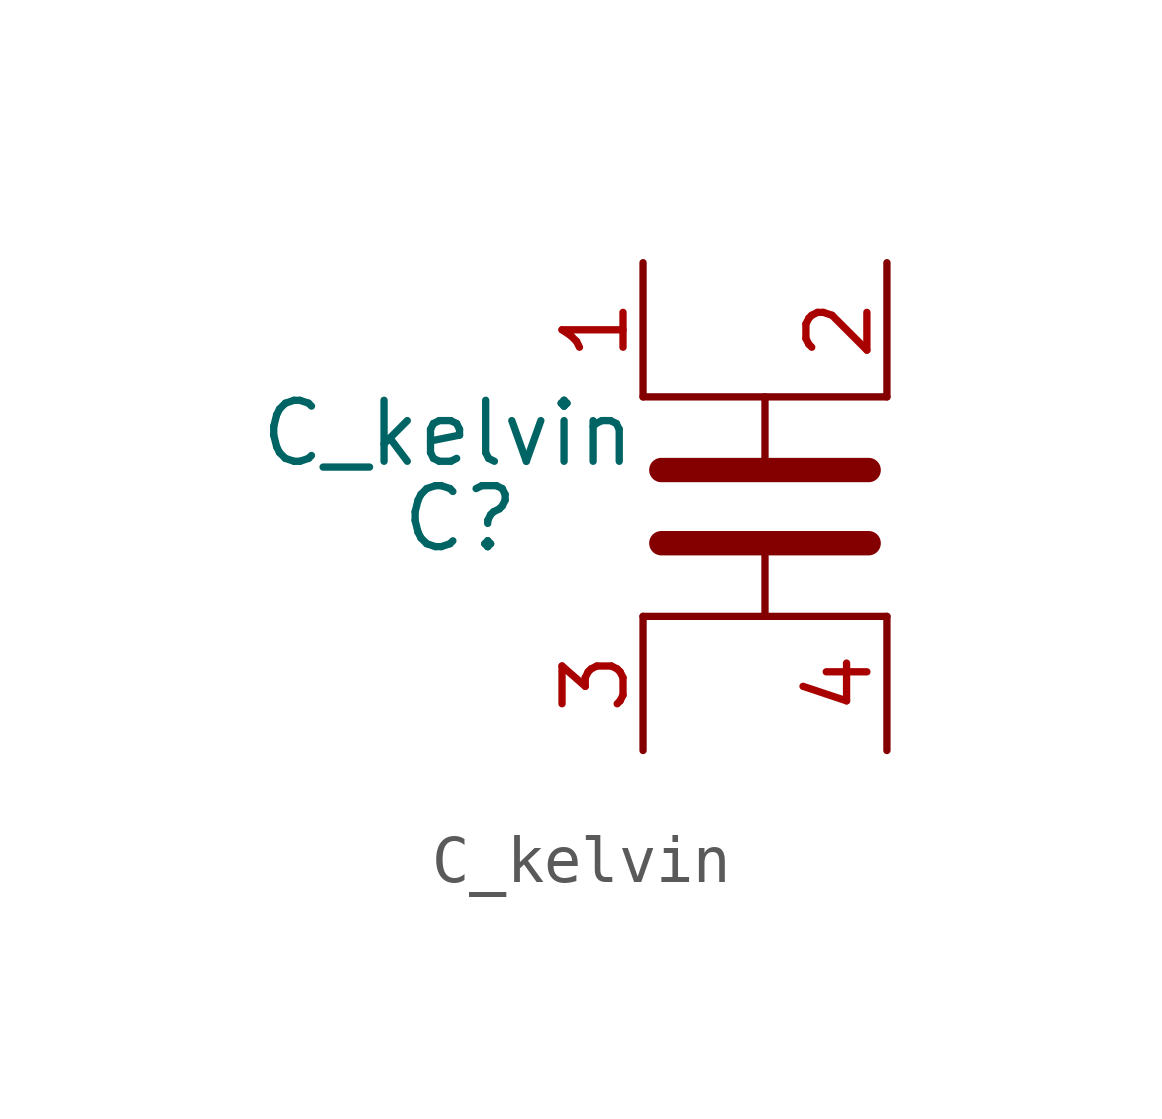
<source format=kicad_sym>
(kicad_symbol_lib
  (version 20211014)
  (generator kicad_symbol_editor)
  (symbol "C_kelvin"
    (property "Reference" "C"
      (at -6.35 -0.254 0)
      (effects (font (size 1.27 1.27))))
    (property "Value" "C_kelvin"
      (at -6.604 1.524 0)
      (effects (font (size 1.27 1.27))))
    (symbol "C_kelvin_0_1"
      (polyline (pts (xy -2.54 -2.286) (xy 2.54 -2.286)) (stroke (width 0) (type default) (color 0 0 0 0)) (fill (type none)))
      (polyline (pts (xy -2.54 2.286) (xy 2.54 2.286)) (stroke (width 0) (type default) (color 0 0 0 0)) (fill (type none)))
      (polyline (pts (xy -2.159 -0.762) (xy 2.159 -0.762)) (stroke (width 0.508) (type default) (color 0 0 0 0)) (fill (type none)))
      (polyline (pts (xy -2.159 0.762) (xy 2.159 0.762)) (stroke (width 0.508) (type default) (color 0 0 0 0)) (fill (type none)))
      (polyline (pts (xy 0 -2.286) (xy 0 -0.762)) (stroke (width 0) (type default) (color 0 0 0 0)) (fill (type none)))
      (polyline (pts (xy 0 2.286) (xy 0 0.762)) (stroke (width 0) (type default) (color 0 0 0 0)) (fill (type none))))
    (symbol "C_kelvin_1_1"
      (pin passive line (at -2.54 5.08 270) (length 2.794) (name "~" (effects (font (size 1.27 1.27)))) (number "1" (effects (font (size 1.27 1.27)))))
      (pin passive line (at 2.54 5.08 270) (length 2.794) (name "~" (effects (font (size 1.27 1.27)))) (number "2" (effects (font (size 1.27 1.27)))))
      (pin passive line (at -2.54 -5.08 90) (length 2.794) (name "~" (effects (font (size 1.27 1.27)))) (number "3" (effects (font (size 1.27 1.27)))))
      (pin passive line (at 2.54 -5.08 90) (length 2.794) (name "~" (effects (font (size 1.27 1.27)))) (number "4" (effects (font (size 1.27 1.27))))))))
</source>
